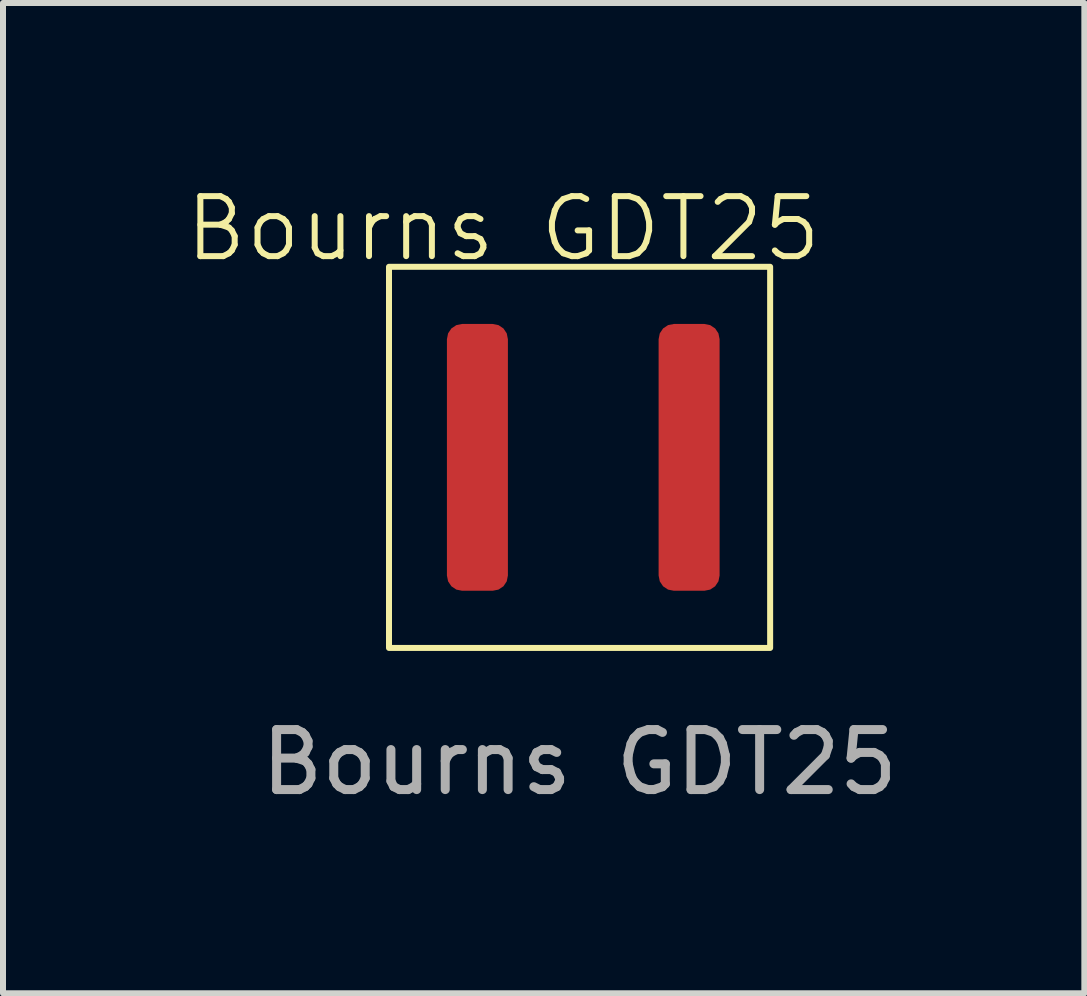
<source format=kicad_pcb>
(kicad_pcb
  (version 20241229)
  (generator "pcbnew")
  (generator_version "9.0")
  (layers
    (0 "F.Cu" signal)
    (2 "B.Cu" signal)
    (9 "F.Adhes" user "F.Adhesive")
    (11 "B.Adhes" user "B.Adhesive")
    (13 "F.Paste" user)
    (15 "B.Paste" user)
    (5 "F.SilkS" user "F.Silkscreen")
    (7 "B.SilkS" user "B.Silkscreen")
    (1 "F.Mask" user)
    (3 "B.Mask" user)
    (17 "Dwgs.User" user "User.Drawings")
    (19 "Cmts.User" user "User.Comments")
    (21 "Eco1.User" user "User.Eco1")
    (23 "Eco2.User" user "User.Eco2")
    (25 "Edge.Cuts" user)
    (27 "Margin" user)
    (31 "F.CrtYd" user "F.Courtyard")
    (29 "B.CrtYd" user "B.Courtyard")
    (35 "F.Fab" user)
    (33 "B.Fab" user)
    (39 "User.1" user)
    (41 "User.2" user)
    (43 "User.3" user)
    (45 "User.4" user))
  (footprint "Bourns GDT25"
    (layer "F.Cu")
    (at 3.431 7.745)
    (property "Reference" "Bourns GDT25" (at 1.905 -6.985 0) (unlocked yes) (layer "F.SilkS") (effects (font (size 1 1) (thickness 0.1))))
    (attr smd)
    (fp_rect (start 0 -6.35) (end 6.35 0) (stroke (width 0.1) (type default)) (fill no) (layer "F.SilkS"))
    (fp_text user "${REFERENCE}" (at 3.175 1.905 0) (unlocked yes) (layer "F.Fab") (effects (font (size 1 1) (thickness 0.15))))
    (pad "1" smd roundrect (at 1.473 -3.175 90) (size 4.445 1.016) (layers "F.Cu" "F.Mask" "F.Paste") (roundrect_rratio 0.25))
    (pad "2" smd roundrect (at 5 -3.175 90) (size 4.445 1.016) (layers "F.Cu" "F.Mask" "F.Paste") (roundrect_rratio 0.25)))
  (gr_rect
    (start -3 -3)
    (end 15.016 13.499)
    (stroke (width 0.1) (type default))
    (fill no)
    (layer "Edge.Cuts")))
</source>
